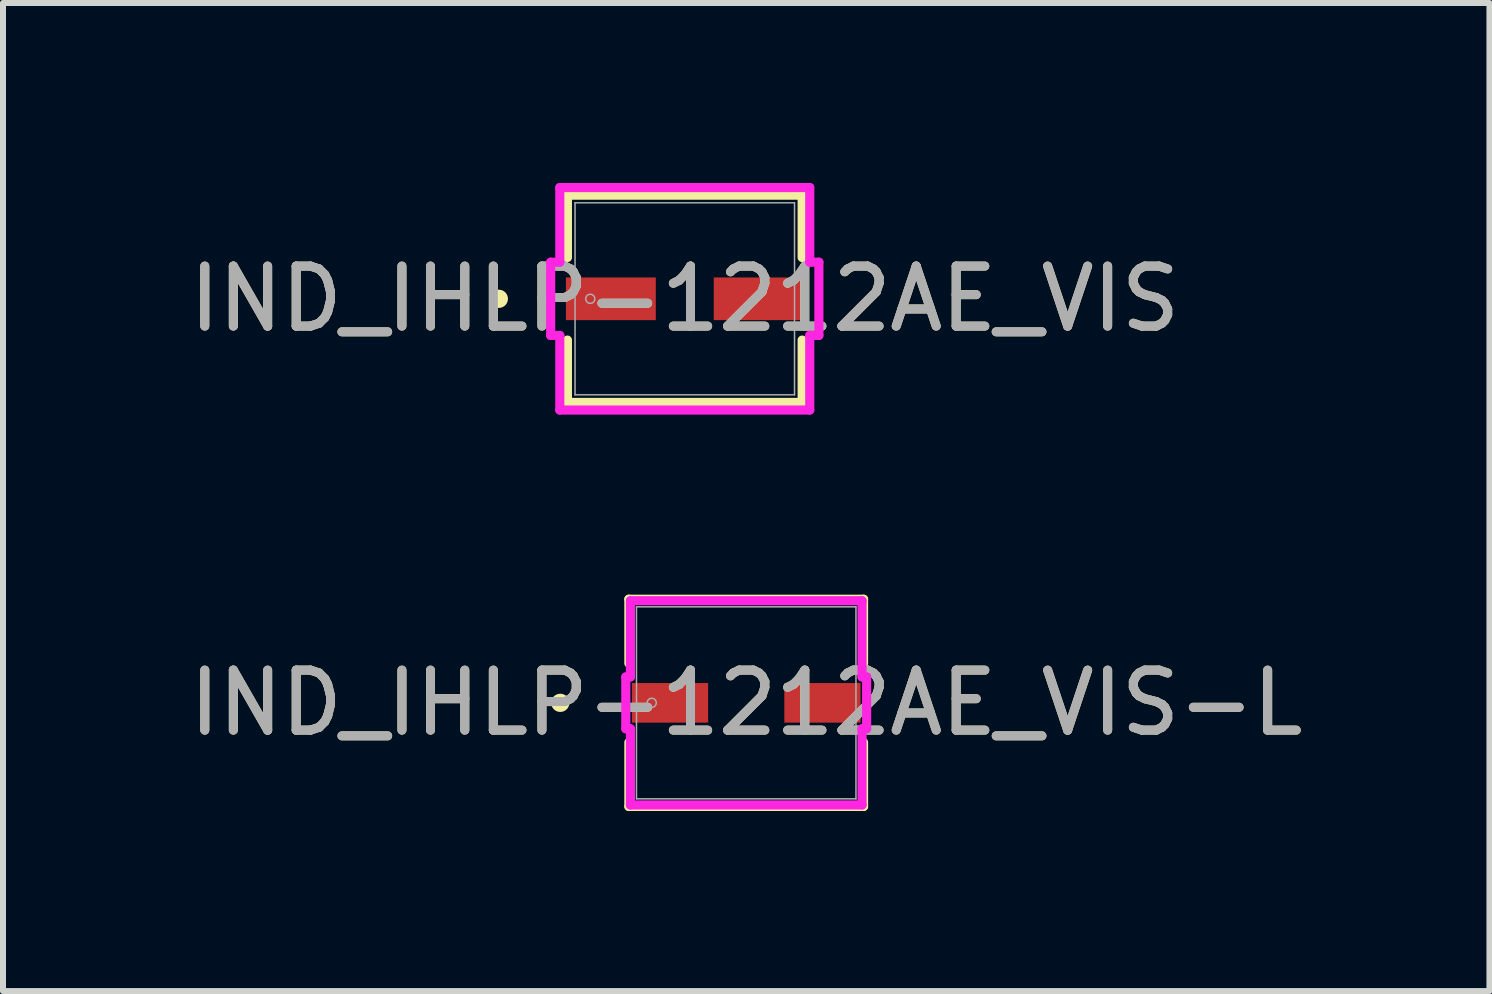
<source format=kicad_pcb>
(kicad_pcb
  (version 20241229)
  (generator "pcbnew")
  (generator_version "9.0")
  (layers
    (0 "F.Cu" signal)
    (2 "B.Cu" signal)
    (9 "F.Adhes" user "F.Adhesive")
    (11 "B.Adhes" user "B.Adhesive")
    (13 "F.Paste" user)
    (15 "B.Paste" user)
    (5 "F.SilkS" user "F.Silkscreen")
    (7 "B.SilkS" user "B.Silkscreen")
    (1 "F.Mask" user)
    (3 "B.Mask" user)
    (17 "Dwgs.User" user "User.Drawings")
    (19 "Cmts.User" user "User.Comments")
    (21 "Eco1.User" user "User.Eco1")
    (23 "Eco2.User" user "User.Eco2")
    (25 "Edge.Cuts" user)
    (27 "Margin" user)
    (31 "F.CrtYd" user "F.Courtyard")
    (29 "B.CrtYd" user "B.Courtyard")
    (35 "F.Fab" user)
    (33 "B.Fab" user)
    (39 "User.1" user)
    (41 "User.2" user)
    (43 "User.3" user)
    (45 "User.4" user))
  (footprint "IND_IHLP-1212AE_VIS-L"
    (layer "F.Cu")
    (at 9.387 8.664)
    (property "Reference" "IND_IHLP-1212AE_VIS-L" (at 0 0 0) (unlocked yes) (layer "F.SilkS") (effects (font (size 1 1) (thickness 0.15))))
    (attr smd)
    (fp_line (start -1.956 -1.727) (end -1.956 -0.659) (stroke (width 0.152) (type solid)) (layer "F.SilkS"))
    (fp_line (start -1.956 0.659) (end -1.956 1.727) (stroke (width 0.152) (type solid)) (layer "F.SilkS"))
    (fp_line (start -1.956 1.727) (end 1.956 1.727) (stroke (width 0.152) (type solid)) (layer "F.SilkS"))
    (fp_line (start 1.956 -1.727) (end -1.956 -1.727) (stroke (width 0.152) (type solid)) (layer "F.SilkS"))
    (fp_line (start 1.956 -0.659) (end 1.956 -1.727) (stroke (width 0.152) (type solid)) (layer "F.SilkS"))
    (fp_line (start 1.956 1.727) (end 1.956 0.659) (stroke (width 0.152) (type solid)) (layer "F.SilkS"))
    (fp_circle (center -3.099 0) (end -3.023 0) (stroke (width 0.152) (type solid)) (fill no) (layer "F.SilkS"))
    (fp_line (start -2.007 -0.432) (end -1.93 -0.432) (stroke (width 0.152) (type solid)) (layer "F.CrtYd"))
    (fp_line (start -2.007 0.432) (end -2.007 -0.432) (stroke (width 0.152) (type solid)) (layer "F.CrtYd"))
    (fp_line (start -1.93 -1.702) (end 1.93 -1.702) (stroke (width 0.152) (type solid)) (layer "F.CrtYd"))
    (fp_line (start -1.93 -0.432) (end -1.93 -1.702) (stroke (width 0.152) (type solid)) (layer "F.CrtYd"))
    (fp_line (start -1.93 0.432) (end -2.007 0.432) (stroke (width 0.152) (type solid)) (layer "F.CrtYd"))
    (fp_line (start -1.93 1.702) (end -1.93 0.432) (stroke (width 0.152) (type solid)) (layer "F.CrtYd"))
    (fp_line (start 1.93 -1.702) (end 1.93 -0.432) (stroke (width 0.152) (type solid)) (layer "F.CrtYd"))
    (fp_line (start 1.93 -0.432) (end 2.007 -0.432) (stroke (width 0.152) (type solid)) (layer "F.CrtYd"))
    (fp_line (start 1.93 0.432) (end 1.93 1.702) (stroke (width 0.152) (type solid)) (layer "F.CrtYd"))
    (fp_line (start 1.93 1.702) (end -1.93 1.702) (stroke (width 0.152) (type solid)) (layer "F.CrtYd"))
    (fp_line (start 2.007 -0.432) (end 2.007 0.432) (stroke (width 0.152) (type solid)) (layer "F.CrtYd"))
    (fp_line (start 2.007 0.432) (end 1.93 0.432) (stroke (width 0.152) (type solid)) (layer "F.CrtYd"))
    (fp_line (start -1.829 -1.6) (end -1.829 1.6) (stroke (width 0.025) (type solid)) (layer "F.Fab"))
    (fp_line (start -1.829 1.6) (end 1.829 1.6) (stroke (width 0.025) (type solid)) (layer "F.Fab"))
    (fp_line (start 1.829 -1.6) (end -1.829 -1.6) (stroke (width 0.025) (type solid)) (layer "F.Fab"))
    (fp_line (start 1.829 1.6) (end 1.829 -1.6) (stroke (width 0.025) (type solid)) (layer "F.Fab"))
    (fp_circle (center -1.575 0) (end -1.499 0) (stroke (width 0.025) (type solid)) (fill no) (layer "F.Fab"))
    (fp_text user "${REFERENCE}" (at 0 0 0) (unlocked yes) (layer "F.Fab") (effects (font (size 1 1) (thickness 0.15))))
    (pad "1" smd rect (at -1.27 0 90) (size 0.66 1.27) (layers "F.Cu" "F.Mask" "F.Paste"))
    (pad "2" smd rect (at 1.27 0 90) (size 0.66 1.27) (layers "F.Cu" "F.Mask" "F.Paste"))
    (zone (net_name "") (layer "F.Cu") (hatch full 0.508) (connect_pads) (min_thickness 0.254) (filled_areas_thickness no) (keepout (tracks not_allowed) (vias not_allowed) (pads allowed) (copperpour not_allowed) (footprints allowed)) (placement (enabled no)) (fill) (polygon (pts (xy 7.609 7.115) (xy 11.165 7.115) (xy 11.165 8.258) (xy 7.609 8.258))))
    (zone (net_name "") (layer "F.Cu") (hatch full 0.508) (connect_pads) (min_thickness 0.254) (filled_areas_thickness no) (keepout (tracks not_allowed) (vias not_allowed) (pads allowed) (copperpour not_allowed) (footprints allowed)) (placement (enabled no)) (fill) (polygon (pts (xy 7.609 9.071) (xy 11.165 9.071) (xy 11.165 10.214) (xy 7.609 10.214))))
    (zone (net_name "") (layer "F.Cu") (hatch full 0.508) (connect_pads) (min_thickness 0.254) (filled_areas_thickness no) (keepout (tracks not_allowed) (vias not_allowed) (pads allowed) (copperpour not_allowed) (footprints allowed)) (placement (enabled no)) (fill) (polygon (pts (xy 8.802 8.258) (xy 9.972 8.258) (xy 9.972 9.071) (xy 8.802 9.071)))))
  (footprint "IND_IHLP-1212AE_VIS"
    (layer "F.Cu")
    (at 8.363 1.93)
    (property "Reference" "IND_IHLP-1212AE_VIS" (at 0 0 0) (unlocked yes) (layer "F.SilkS") (effects (font (size 1 1) (thickness 0.15))))
    (attr smd)
    (fp_line (start -1.956 -1.727) (end -1.956 -0.688) (stroke (width 0.152) (type solid)) (layer "F.SilkS"))
    (fp_line (start -1.956 0.688) (end -1.956 1.727) (stroke (width 0.152) (type solid)) (layer "F.SilkS"))
    (fp_line (start -1.956 1.727) (end 1.956 1.727) (stroke (width 0.152) (type solid)) (layer "F.SilkS"))
    (fp_line (start 1.956 -1.727) (end -1.956 -1.727) (stroke (width 0.152) (type solid)) (layer "F.SilkS"))
    (fp_line (start 1.956 -0.688) (end 1.956 -1.727) (stroke (width 0.152) (type solid)) (layer "F.SilkS"))
    (fp_line (start 1.956 1.727) (end 1.956 0.688) (stroke (width 0.152) (type solid)) (layer "F.SilkS"))
    (fp_circle (center -3.099 0) (end -3.023 0) (stroke (width 0.152) (type solid)) (fill no) (layer "F.SilkS"))
    (fp_line (start -2.235 -0.61) (end -2.083 -0.61) (stroke (width 0.152) (type solid)) (layer "F.CrtYd"))
    (fp_line (start -2.235 0.61) (end -2.235 -0.61) (stroke (width 0.152) (type solid)) (layer "F.CrtYd"))
    (fp_line (start -2.083 -1.854) (end 2.083 -1.854) (stroke (width 0.152) (type solid)) (layer "F.CrtYd"))
    (fp_line (start -2.083 -0.61) (end -2.083 -1.854) (stroke (width 0.152) (type solid)) (layer "F.CrtYd"))
    (fp_line (start -2.083 0.61) (end -2.235 0.61) (stroke (width 0.152) (type solid)) (layer "F.CrtYd"))
    (fp_line (start -2.083 1.854) (end -2.083 0.61) (stroke (width 0.152) (type solid)) (layer "F.CrtYd"))
    (fp_line (start 2.083 -1.854) (end 2.083 -0.61) (stroke (width 0.152) (type solid)) (layer "F.CrtYd"))
    (fp_line (start 2.083 -0.61) (end 2.235 -0.61) (stroke (width 0.152) (type solid)) (layer "F.CrtYd"))
    (fp_line (start 2.083 0.61) (end 2.083 1.854) (stroke (width 0.152) (type solid)) (layer "F.CrtYd"))
    (fp_line (start 2.083 1.854) (end -2.083 1.854) (stroke (width 0.152) (type solid)) (layer "F.CrtYd"))
    (fp_line (start 2.235 -0.61) (end 2.235 0.61) (stroke (width 0.152) (type solid)) (layer "F.CrtYd"))
    (fp_line (start 2.235 0.61) (end 2.083 0.61) (stroke (width 0.152) (type solid)) (layer "F.CrtYd"))
    (fp_line (start -1.829 -1.6) (end -1.829 1.6) (stroke (width 0.025) (type solid)) (layer "F.Fab"))
    (fp_line (start -1.829 1.6) (end 1.829 1.6) (stroke (width 0.025) (type solid)) (layer "F.Fab"))
    (fp_line (start 1.829 -1.6) (end -1.829 -1.6) (stroke (width 0.025) (type solid)) (layer "F.Fab"))
    (fp_line (start 1.829 1.6) (end 1.829 -1.6) (stroke (width 0.025) (type solid)) (layer "F.Fab"))
    (fp_circle (center -1.575 0) (end -1.499 0) (stroke (width 0.025) (type solid)) (fill no) (layer "F.Fab"))
    (fp_text user "${REFERENCE}" (at 0 0 0) (unlocked yes) (layer "F.Fab") (effects (font (size 1 1) (thickness 0.15))))
    (pad "1" smd rect (at -1.232 0 90) (size 0.711 1.498) (layers "F.Cu" "F.Mask" "F.Paste"))
    (pad "2" smd rect (at 1.232 0 90) (size 0.711 1.498) (layers "F.Cu" "F.Mask" "F.Paste"))
    (zone (net_name "") (layer "F.Cu") (hatch full 0.508) (connect_pads) (min_thickness 0.254) (filled_areas_thickness no) (keepout (tracks not_allowed) (vias not_allowed) (pads allowed) (copperpour not_allowed) (footprints allowed)) (placement (enabled no)) (fill) (polygon (pts (xy 6.585 0.381) (xy 10.141 0.381) (xy 10.141 1.524) (xy 6.585 1.524))))
    (zone (net_name "") (layer "F.Cu") (hatch full 0.508) (connect_pads) (min_thickness 0.254) (filled_areas_thickness no) (keepout (tracks not_allowed) (vias not_allowed) (pads allowed) (copperpour not_allowed) (footprints allowed)) (placement (enabled no)) (fill) (polygon (pts (xy 6.585 2.337) (xy 10.141 2.337) (xy 10.141 3.48) (xy 6.585 3.48))))
    (zone (net_name "") (layer "F.Cu") (hatch full 0.508) (connect_pads) (min_thickness 0.254) (filled_areas_thickness no) (keepout (tracks not_allowed) (vias not_allowed) (pads allowed) (copperpour not_allowed) (footprints allowed)) (placement (enabled no)) (fill) (polygon (pts (xy 7.93 1.524) (xy 8.796 1.524) (xy 8.796 2.337) (xy 7.93 2.337)))))
  (gr_rect
    (start -3 -3)
    (end 21.774 13.468)
    (stroke (width 0.1) (type default))
    (fill no)
    (layer "Edge.Cuts")))
</source>
